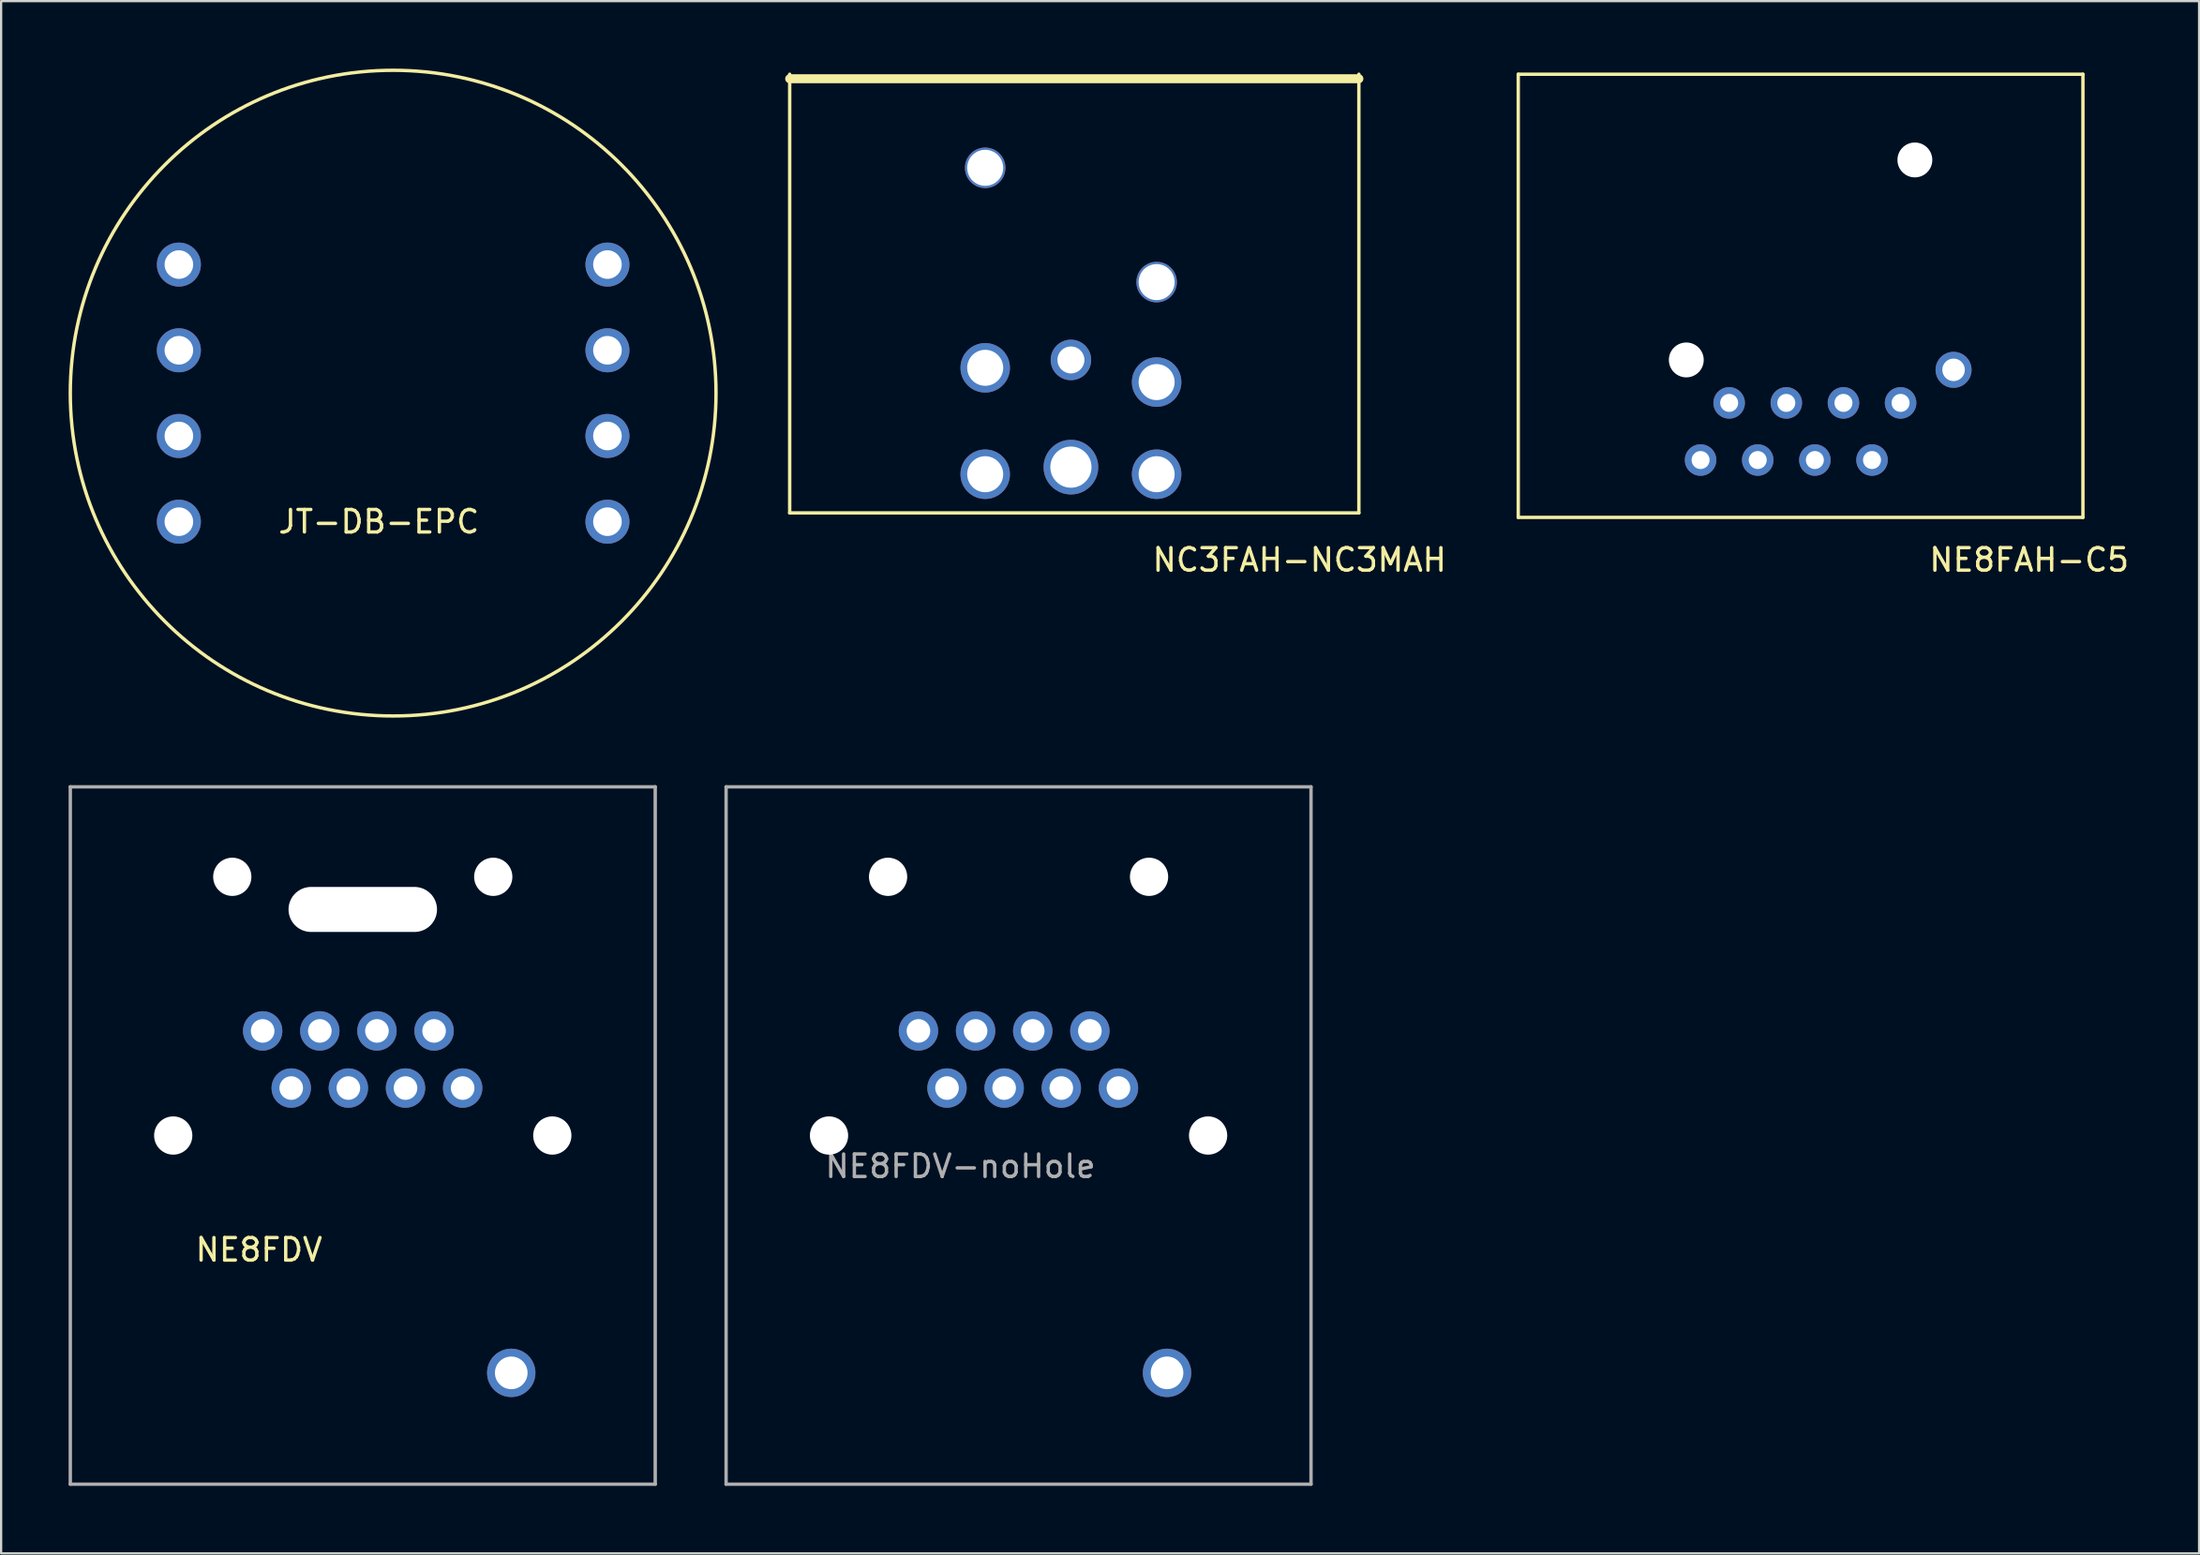
<source format=kicad_pcb>
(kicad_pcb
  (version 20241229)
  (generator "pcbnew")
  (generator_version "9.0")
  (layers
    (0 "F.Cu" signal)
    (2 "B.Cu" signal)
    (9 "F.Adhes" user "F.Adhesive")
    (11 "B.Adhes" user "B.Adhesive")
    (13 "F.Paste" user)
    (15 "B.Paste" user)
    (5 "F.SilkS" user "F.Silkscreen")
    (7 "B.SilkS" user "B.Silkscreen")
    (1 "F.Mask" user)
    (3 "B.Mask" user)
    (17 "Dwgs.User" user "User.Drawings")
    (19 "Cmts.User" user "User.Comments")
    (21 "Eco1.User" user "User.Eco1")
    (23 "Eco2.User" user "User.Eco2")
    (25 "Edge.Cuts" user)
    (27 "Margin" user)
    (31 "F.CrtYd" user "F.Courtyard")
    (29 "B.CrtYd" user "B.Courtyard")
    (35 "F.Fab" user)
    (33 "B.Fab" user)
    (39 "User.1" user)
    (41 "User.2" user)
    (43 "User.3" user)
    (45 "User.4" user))
  (footprint "NE8FDV"
    (layer "F.Cu")
    (at 4.65 47.427)
    (property "Reference" "NE8FDV" (at 3.81 5.08 0) (layer "F.SilkS") (effects (font (size 1 1) (thickness 0.15))))
    (attr through_hole)
    (fp_line (start -4.575 -15.5) (end -4.575 15.5) (stroke (width 0.15) (type solid)) (layer "F.Fab"))
    (fp_line (start -4.575 -15.5) (end 21.425 -15.5) (stroke (width 0.15) (type solid)) (layer "F.Fab"))
    (fp_line (start 21.425 -15.5) (end 21.425 15.5) (stroke (width 0.15) (type solid)) (layer "F.Fab"))
    (fp_line (start 21.425 15.5) (end -4.575 15.5) (stroke (width 0.15) (type solid)) (layer "F.Fab"))
    (pad "" np_thru_hole circle (at 0 0) (size 1.7 1.7) (drill 1.7) (layers "*.Cu" "*.Mask"))
    (pad "" np_thru_hole circle (at 2.625 -11.5) (size 1.7 1.7) (drill 1.7) (layers "*.Cu" "*.Mask"))
    (pad "" np_thru_hole oval (at 8.425 -10.05) (size 6.6 2) (drill oval 6.6 2) (layers "*.Cu" "*.Mask"))
    (pad "" np_thru_hole circle (at 14.225 -11.5) (size 1.7 1.7) (drill 1.7) (layers "*.Cu" "*.Mask"))
    (pad "" np_thru_hole circle (at 16.85 0) (size 1.7 1.7) (drill 1.7) (layers "*.Cu" "*.Mask"))
    (pad "1" thru_hole circle (at 12.865 -2.11) (size 1.75 1.75) (drill 1.05) (layers "*.Cu" "*.Mask"))
    (pad "2" thru_hole circle (at 11.595 -4.65) (size 1.75 1.75) (drill 1.05) (layers "*.Cu" "*.Mask"))
    (pad "3" thru_hole circle (at 10.325 -2.11) (size 1.75 1.75) (drill 1.05) (layers "*.Cu" "*.Mask"))
    (pad "4" thru_hole circle (at 9.055 -4.65) (size 1.75 1.75) (drill 1.05) (layers "*.Cu" "*.Mask"))
    (pad "5" thru_hole circle (at 7.785 -2.11) (size 1.75 1.75) (drill 1.05) (layers "*.Cu" "*.Mask"))
    (pad "6" thru_hole circle (at 6.515 -4.65) (size 1.75 1.75) (drill 1.05) (layers "*.Cu" "*.Mask"))
    (pad "7" thru_hole circle (at 5.245 -2.11) (size 1.75 1.75) (drill 1.05) (layers "*.Cu" "*.Mask"))
    (pad "8" thru_hole circle (at 3.975 -4.65) (size 1.75 1.75) (drill 1.05) (layers "*.Cu" "*.Mask"))
    (pad "9" thru_hole circle (at 15.025 10.55) (size 2.15 2.15) (drill 1.45) (layers "*.Cu" "*.Mask")))
  (footprint "NC3FAH-NC3MAH"
    (layer "F.Cu")
    (at 44.552 0.25)
    (property "Reference" "NC3FAH-NC3MAH" (at 10.16 21.59 0) (layer "F.SilkS") (effects (font (size 1 1) (thickness 0.15))))
    (attr through_hole)
    (fp_line (start -12.5 0) (end -12.5 19.5) (stroke (width 0.15) (type solid)) (layer "F.SilkS"))
    (fp_line (start 12.8 0) (end 12.8 19.5) (stroke (width 0.15) (type solid)) (layer "F.SilkS"))
    (fp_line (start 12.8 0.2) (end -12.5 0.2) (stroke (width 0.4) (type solid)) (layer "F.SilkS"))
    (fp_line (start 12.8 19.5) (end -12.5 19.5) (stroke (width 0.15) (type solid)) (layer "F.SilkS"))
    (pad "" np_thru_hole circle (at -3.81 4.16) (size 1.8 1.8) (drill 1.6) (layers "*.Cu" "*.Mask"))
    (pad "" np_thru_hole circle (at 3.81 9.24) (size 1.8 1.8) (drill 1.6) (layers "*.Cu" "*.Mask"))
    (pad "1" thru_hole circle (at -3.81 13.05) (size 2.2 2.2) (drill 1.6) (layers "*.Cu" "*.Mask"))
    (pad "1" thru_hole circle (at 3.81 17.78) (size 2.2 2.2) (drill 1.6) (layers "*.Cu" "*.Mask"))
    (pad "2" thru_hole circle (at -3.81 17.78) (size 2.2 2.2) (drill 1.6) (layers "*.Cu" "*.Mask"))
    (pad "2" thru_hole circle (at 3.81 13.685) (size 2.2 2.2) (drill 1.6) (layers "*.Cu" "*.Mask"))
    (pad "3" thru_hole circle (at 0 17.465) (size 2.43 2.43) (drill 1.83) (layers "*.Cu" "*.Mask"))
    (pad "4" thru_hole circle (at 0 12.7) (size 1.8 1.8) (drill 1.2) (layers "*.Cu" "*.Mask")))
  (footprint "NE8FAH-C5"
    (layer "F.Cu")
    (at 76.986 0.25)
    (property "Reference" "NE8FAH-C5" (at 10.16 21.59 0) (layer "F.SilkS") (effects (font (size 1 1) (thickness 0.15))))
    (attr through_hole)
    (fp_line (start -12.55 0) (end -12.55 19.7) (stroke (width 0.15) (type solid)) (layer "F.SilkS"))
    (fp_line (start -12.55 0) (end 12.55 0) (stroke (width 0.15) (type solid)) (layer "F.SilkS"))
    (fp_line (start 12.55 0) (end 12.55 19.7) (stroke (width 0.15) (type solid)) (layer "F.SilkS"))
    (fp_line (start 12.55 19.7) (end -12.55 19.7) (stroke (width 0.15) (type solid)) (layer "F.SilkS"))
    (pad "" np_thru_hole circle (at -5.08 12.7) (size 1.55 1.55) (drill 1.55) (layers "*.Cu" "*.Mask"))
    (pad "" np_thru_hole circle (at 5.08 3.81) (size 1.55 1.55) (drill 1.55) (layers "*.Cu" "*.Mask"))
    (pad "1" thru_hole circle (at 4.445 14.61) (size 1.4 1.4) (drill 0.8) (layers "*.Cu" "*.Mask"))
    (pad "2" thru_hole circle (at 3.175 17.15) (size 1.4 1.4) (drill 0.8) (layers "*.Cu" "*.Mask"))
    (pad "3" thru_hole circle (at 1.905 14.61) (size 1.4 1.4) (drill 0.8) (layers "*.Cu" "*.Mask"))
    (pad "4" thru_hole circle (at 0.635 17.15) (size 1.4 1.4) (drill 0.8) (layers "*.Cu" "*.Mask"))
    (pad "5" thru_hole circle (at -0.635 14.61) (size 1.4 1.4) (drill 0.8) (layers "*.Cu" "*.Mask"))
    (pad "6" thru_hole circle (at -1.905 17.15) (size 1.4 1.4) (drill 0.8) (layers "*.Cu" "*.Mask"))
    (pad "7" thru_hole circle (at -3.175 14.61) (size 1.4 1.4) (drill 0.8) (layers "*.Cu" "*.Mask"))
    (pad "8" thru_hole circle (at -4.445 17.15) (size 1.4 1.4) (drill 0.8) (layers "*.Cu" "*.Mask"))
    (pad "9" thru_hole circle (at 6.8 13.14) (size 1.6 1.6) (drill 1) (layers "*.Cu" "*.Mask")))
  (footprint "JT-DB-EPC"
    (layer "F.Cu")
    (at 4.901 20.141)
    (property "Reference" "JT-DB-EPC" (at 8.89 0 0) (layer "F.SilkS") (effects (font (size 1 1) (thickness 0.15))))
    (attr through_hole)
    (fp_circle (center 9.525 -5.715) (end 9.525 -20.066) (stroke (width 0.15) (type solid)) (fill no) (layer "F.SilkS"))
    (pad "1" thru_hole circle (at 0 -11.43) (size 1.956 1.956) (drill 1.27) (layers "*.Cu" "*.Mask"))
    (pad "2" thru_hole circle (at 0 -7.62) (size 1.956 1.956) (drill 1.27) (layers "*.Cu" "*.Mask"))
    (pad "3" thru_hole circle (at 0 -3.81) (size 1.956 1.956) (drill 1.27) (layers "*.Cu" "*.Mask"))
    (pad "4" thru_hole circle (at 0 0) (size 1.956 1.956) (drill 1.27) (layers "*.Cu" "*.Mask"))
    (pad "5" thru_hole circle (at 19.05 0) (size 1.956 1.956) (drill 1.27) (layers "*.Cu" "*.Mask"))
    (pad "6" thru_hole circle (at 19.05 -3.81) (size 1.956 1.956) (drill 1.27) (layers "*.Cu" "*.Mask"))
    (pad "7" thru_hole circle (at 19.05 -7.62) (size 1.956 1.956) (drill 1.27) (layers "*.Cu" "*.Mask"))
    (pad "8" thru_hole circle (at 19.05 -11.43) (size 1.956 1.956) (drill 1.27) (layers "*.Cu" "*.Mask")))
  (footprint "NE8FDV-noHole"
    (layer "F.Cu")
    (at 33.8 47.427)
    (property "Reference" "NE8FDV-noHole" (at 5.84 1.365 0) (layer "F.Fab") (effects (font (size 1 1) (thickness 0.15))))
    (attr through_hole)
    (fp_line (start -4.575 -15.5) (end -4.575 15.5) (stroke (width 0.15) (type solid)) (layer "F.Fab"))
    (fp_line (start -4.575 -15.5) (end 21.425 -15.5) (stroke (width 0.15) (type solid)) (layer "F.Fab"))
    (fp_line (start 21.425 -15.5) (end 21.425 15.5) (stroke (width 0.15) (type solid)) (layer "F.Fab"))
    (fp_line (start 21.425 15.5) (end -4.575 15.5) (stroke (width 0.15) (type solid)) (layer "F.Fab"))
    (pad "" np_thru_hole circle (at 0 0) (size 1.7 1.7) (drill 1.7) (layers "*.Cu" "*.Mask"))
    (pad "" np_thru_hole circle (at 2.625 -11.5) (size 1.7 1.7) (drill 1.7) (layers "*.Cu" "*.Mask"))
    (pad "" np_thru_hole circle (at 14.225 -11.5) (size 1.7 1.7) (drill 1.7) (layers "*.Cu" "*.Mask"))
    (pad "" np_thru_hole circle (at 16.85 0) (size 1.7 1.7) (drill 1.7) (layers "*.Cu" "*.Mask"))
    (pad "1" thru_hole circle (at 12.865 -2.11) (size 1.75 1.75) (drill 1.05) (layers "*.Cu" "*.Mask"))
    (pad "2" thru_hole circle (at 11.595 -4.65) (size 1.75 1.75) (drill 1.05) (layers "*.Cu" "*.Mask"))
    (pad "3" thru_hole circle (at 10.325 -2.11) (size 1.75 1.75) (drill 1.05) (layers "*.Cu" "*.Mask"))
    (pad "4" thru_hole circle (at 9.055 -4.65) (size 1.75 1.75) (drill 1.05) (layers "*.Cu" "*.Mask"))
    (pad "5" thru_hole circle (at 7.785 -2.11) (size 1.75 1.75) (drill 1.05) (layers "*.Cu" "*.Mask"))
    (pad "6" thru_hole circle (at 6.515 -4.65) (size 1.75 1.75) (drill 1.05) (layers "*.Cu" "*.Mask"))
    (pad "7" thru_hole circle (at 5.245 -2.11) (size 1.75 1.75) (drill 1.05) (layers "*.Cu" "*.Mask"))
    (pad "8" thru_hole circle (at 3.975 -4.65) (size 1.75 1.75) (drill 1.05) (layers "*.Cu" "*.Mask"))
    (pad "9" thru_hole circle (at 15.025 10.55) (size 2.15 2.15) (drill 1.45) (layers "*.Cu" "*.Mask")))
  (gr_rect
    (start -3 -3)
    (end 94.699 66.002)
    (stroke (width 0.1) (type default))
    (fill no)
    (layer "Edge.Cuts")))
</source>
